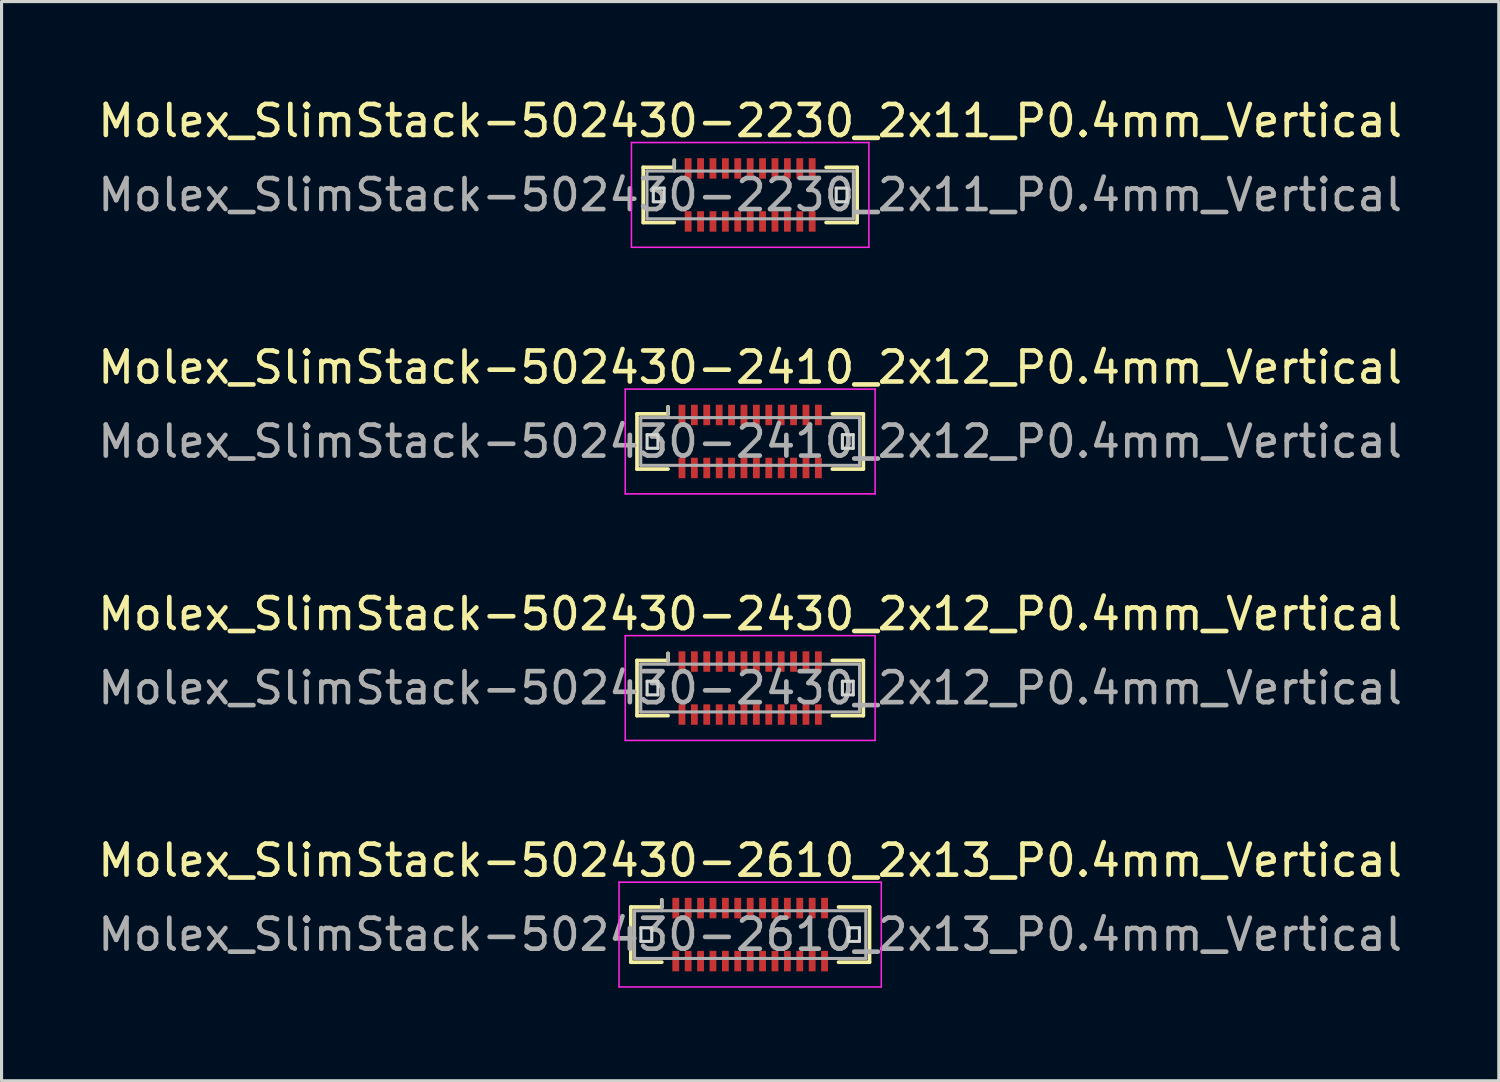
<source format=kicad_pcb>
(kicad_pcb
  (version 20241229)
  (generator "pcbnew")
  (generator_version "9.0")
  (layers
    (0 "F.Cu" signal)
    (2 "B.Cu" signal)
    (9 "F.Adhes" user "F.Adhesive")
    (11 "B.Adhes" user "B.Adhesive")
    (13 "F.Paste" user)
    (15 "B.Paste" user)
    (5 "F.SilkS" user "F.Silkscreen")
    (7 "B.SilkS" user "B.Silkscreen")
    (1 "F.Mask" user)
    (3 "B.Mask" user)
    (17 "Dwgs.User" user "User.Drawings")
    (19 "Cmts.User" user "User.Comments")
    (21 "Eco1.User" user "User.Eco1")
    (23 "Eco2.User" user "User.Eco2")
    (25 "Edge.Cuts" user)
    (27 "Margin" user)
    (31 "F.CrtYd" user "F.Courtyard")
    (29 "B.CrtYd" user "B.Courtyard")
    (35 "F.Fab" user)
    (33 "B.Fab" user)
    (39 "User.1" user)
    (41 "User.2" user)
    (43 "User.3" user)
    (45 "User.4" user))
  (footprint "Molex_SlimStack-502430-2410_2x12_P0.4mm_Vertical"
    (layer "F.Cu")
    (at 21.149 11.191)
    (property "Reference" "Molex_SlimStack-502430-2410_2x12_P0.4mm_Vertical" (at 0 -2.39 0) (layer "F.SilkS") (effects (font (size 1 1) (thickness 0.15))))
    (attr smd)
    (fp_line (start -3.65 -0.89) (end -2.65 -0.89) (stroke (width 0.12) (type solid)) (layer "F.SilkS"))
    (fp_line (start -3.65 0.89) (end -3.65 -0.89) (stroke (width 0.12) (type solid)) (layer "F.SilkS"))
    (fp_line (start -2.65 -0.89) (end -2.65 -1.12) (stroke (width 0.12) (type solid)) (layer "F.SilkS"))
    (fp_line (start -2.65 0.89) (end -3.65 0.89) (stroke (width 0.12) (type solid)) (layer "F.SilkS"))
    (fp_line (start 2.65 0.89) (end 3.65 0.89) (stroke (width 0.12) (type solid)) (layer "F.SilkS"))
    (fp_line (start 3.65 -0.89) (end 2.65 -0.89) (stroke (width 0.12) (type solid)) (layer "F.SilkS"))
    (fp_line (start 3.65 0.89) (end 3.65 -0.89) (stroke (width 0.12) (type solid)) (layer "F.SilkS"))
    (fp_line (start -3.325 -0.22) (end -3.325 0.22) (stroke (width 0.1) (type solid)) (layer "Edge.Cuts"))
    (fp_line (start -3.325 0.22) (end -2.975 0.22) (stroke (width 0.1) (type solid)) (layer "Edge.Cuts"))
    (fp_line (start -2.975 -0.22) (end -3.325 -0.22) (stroke (width 0.1) (type solid)) (layer "Edge.Cuts"))
    (fp_line (start -2.975 0.22) (end -2.975 -0.22) (stroke (width 0.1) (type solid)) (layer "Edge.Cuts"))
    (fp_line (start 2.975 -0.22) (end 2.975 0.22) (stroke (width 0.1) (type solid)) (layer "Edge.Cuts"))
    (fp_line (start 2.975 0.22) (end 3.325 0.22) (stroke (width 0.1) (type solid)) (layer "Edge.Cuts"))
    (fp_line (start 3.325 -0.22) (end 2.975 -0.22) (stroke (width 0.1) (type solid)) (layer "Edge.Cuts"))
    (fp_line (start 3.325 0.22) (end 3.325 -0.22) (stroke (width 0.1) (type solid)) (layer "Edge.Cuts"))
    (fp_line (start -4.03 -1.69) (end -4.03 1.69) (stroke (width 0.05) (type solid)) (layer "F.CrtYd"))
    (fp_line (start -4.03 1.69) (end 4.03 1.69) (stroke (width 0.05) (type solid)) (layer "F.CrtYd"))
    (fp_line (start 4.03 -1.69) (end -4.03 -1.69) (stroke (width 0.05) (type solid)) (layer "F.CrtYd"))
    (fp_line (start 4.03 1.69) (end 4.03 -1.69) (stroke (width 0.05) (type solid)) (layer "F.CrtYd"))
    (fp_line (start -3.53 -0.77) (end -3.53 0.77) (stroke (width 0.1) (type solid)) (layer "F.Fab"))
    (fp_line (start -3.53 0.77) (end 3.53 0.77) (stroke (width 0.1) (type solid)) (layer "F.Fab"))
    (fp_line (start -2.65 -0.77) (end -2.65 -1.12) (stroke (width 0.1) (type solid)) (layer "F.Fab"))
    (fp_line (start 3.53 -0.77) (end -3.53 -0.77) (stroke (width 0.1) (type solid)) (layer "F.Fab"))
    (fp_line (start 3.53 0.77) (end 3.53 -0.77) (stroke (width 0.1) (type solid)) (layer "F.Fab"))
    (fp_text user "${REFERENCE}" (at 0 0 0) (layer "F.Fab") (effects (font (size 1 1) (thickness 0.15))))
    (pad "1" smd rect (at -2.2 -0.855) (size 0.22 0.66) (layers "F.Cu" "F.Mask" "F.Paste"))
    (pad "2" smd rect (at -2.2 0.855) (size 0.22 0.66) (layers "F.Cu" "F.Mask" "F.Paste"))
    (pad "3" smd rect (at -1.8 -0.855) (size 0.22 0.66) (layers "F.Cu" "F.Mask" "F.Paste"))
    (pad "4" smd rect (at -1.8 0.855) (size 0.22 0.66) (layers "F.Cu" "F.Mask" "F.Paste"))
    (pad "5" smd rect (at -1.4 -0.855) (size 0.22 0.66) (layers "F.Cu" "F.Mask" "F.Paste"))
    (pad "6" smd rect (at -1.4 0.855) (size 0.22 0.66) (layers "F.Cu" "F.Mask" "F.Paste"))
    (pad "7" smd rect (at -1 -0.855) (size 0.22 0.66) (layers "F.Cu" "F.Mask" "F.Paste"))
    (pad "8" smd rect (at -1 0.855) (size 0.22 0.66) (layers "F.Cu" "F.Mask" "F.Paste"))
    (pad "9" smd rect (at -0.6 -0.855) (size 0.22 0.66) (layers "F.Cu" "F.Mask" "F.Paste"))
    (pad "10" smd rect (at -0.6 0.855) (size 0.22 0.66) (layers "F.Cu" "F.Mask" "F.Paste"))
    (pad "11" smd rect (at -0.2 -0.855) (size 0.22 0.66) (layers "F.Cu" "F.Mask" "F.Paste"))
    (pad "12" smd rect (at -0.2 0.855) (size 0.22 0.66) (layers "F.Cu" "F.Mask" "F.Paste"))
    (pad "13" smd rect (at 0.2 -0.855) (size 0.22 0.66) (layers "F.Cu" "F.Mask" "F.Paste"))
    (pad "14" smd rect (at 0.2 0.855) (size 0.22 0.66) (layers "F.Cu" "F.Mask" "F.Paste"))
    (pad "15" smd rect (at 0.6 -0.855) (size 0.22 0.66) (layers "F.Cu" "F.Mask" "F.Paste"))
    (pad "16" smd rect (at 0.6 0.855) (size 0.22 0.66) (layers "F.Cu" "F.Mask" "F.Paste"))
    (pad "17" smd rect (at 1 -0.855) (size 0.22 0.66) (layers "F.Cu" "F.Mask" "F.Paste"))
    (pad "18" smd rect (at 1 0.855) (size 0.22 0.66) (layers "F.Cu" "F.Mask" "F.Paste"))
    (pad "19" smd rect (at 1.4 -0.855) (size 0.22 0.66) (layers "F.Cu" "F.Mask" "F.Paste"))
    (pad "20" smd rect (at 1.4 0.855) (size 0.22 0.66) (layers "F.Cu" "F.Mask" "F.Paste"))
    (pad "21" smd rect (at 1.8 -0.855) (size 0.22 0.66) (layers "F.Cu" "F.Mask" "F.Paste"))
    (pad "22" smd rect (at 1.8 0.855) (size 0.22 0.66) (layers "F.Cu" "F.Mask" "F.Paste"))
    (pad "23" smd rect (at 2.2 -0.855) (size 0.22 0.66) (layers "F.Cu" "F.Mask" "F.Paste"))
    (pad "24" smd rect (at 2.2 0.855) (size 0.22 0.66) (layers "F.Cu" "F.Mask" "F.Paste")))
  (footprint "Molex_SlimStack-502430-2610_2x13_P0.4mm_Vertical"
    (layer "F.Cu")
    (at 21.149 27.098)
    (property "Reference" "Molex_SlimStack-502430-2610_2x13_P0.4mm_Vertical" (at 0 -2.39 0) (layer "F.SilkS") (effects (font (size 1 1) (thickness 0.15))))
    (attr smd)
    (fp_line (start -3.85 -0.89) (end -2.85 -0.89) (stroke (width 0.12) (type solid)) (layer "F.SilkS"))
    (fp_line (start -3.85 0.89) (end -3.85 -0.89) (stroke (width 0.12) (type solid)) (layer "F.SilkS"))
    (fp_line (start -2.85 -0.89) (end -2.85 -1.12) (stroke (width 0.12) (type solid)) (layer "F.SilkS"))
    (fp_line (start -2.85 0.89) (end -3.85 0.89) (stroke (width 0.12) (type solid)) (layer "F.SilkS"))
    (fp_line (start 2.85 0.89) (end 3.85 0.89) (stroke (width 0.12) (type solid)) (layer "F.SilkS"))
    (fp_line (start 3.85 -0.89) (end 2.85 -0.89) (stroke (width 0.12) (type solid)) (layer "F.SilkS"))
    (fp_line (start 3.85 0.89) (end 3.85 -0.89) (stroke (width 0.12) (type solid)) (layer "F.SilkS"))
    (fp_line (start -3.525 -0.22) (end -3.525 0.22) (stroke (width 0.1) (type solid)) (layer "Edge.Cuts"))
    (fp_line (start -3.525 0.22) (end -3.175 0.22) (stroke (width 0.1) (type solid)) (layer "Edge.Cuts"))
    (fp_line (start -3.175 -0.22) (end -3.525 -0.22) (stroke (width 0.1) (type solid)) (layer "Edge.Cuts"))
    (fp_line (start -3.175 0.22) (end -3.175 -0.22) (stroke (width 0.1) (type solid)) (layer "Edge.Cuts"))
    (fp_line (start 3.175 -0.22) (end 3.175 0.22) (stroke (width 0.1) (type solid)) (layer "Edge.Cuts"))
    (fp_line (start 3.175 0.22) (end 3.525 0.22) (stroke (width 0.1) (type solid)) (layer "Edge.Cuts"))
    (fp_line (start 3.525 -0.22) (end 3.175 -0.22) (stroke (width 0.1) (type solid)) (layer "Edge.Cuts"))
    (fp_line (start 3.525 0.22) (end 3.525 -0.22) (stroke (width 0.1) (type solid)) (layer "Edge.Cuts"))
    (fp_line (start -4.23 -1.69) (end -4.23 1.69) (stroke (width 0.05) (type solid)) (layer "F.CrtYd"))
    (fp_line (start -4.23 1.69) (end 4.23 1.69) (stroke (width 0.05) (type solid)) (layer "F.CrtYd"))
    (fp_line (start 4.23 -1.69) (end -4.23 -1.69) (stroke (width 0.05) (type solid)) (layer "F.CrtYd"))
    (fp_line (start 4.23 1.69) (end 4.23 -1.69) (stroke (width 0.05) (type solid)) (layer "F.CrtYd"))
    (fp_line (start -3.73 -0.77) (end -3.73 0.77) (stroke (width 0.1) (type solid)) (layer "F.Fab"))
    (fp_line (start -3.73 0.77) (end 3.73 0.77) (stroke (width 0.1) (type solid)) (layer "F.Fab"))
    (fp_line (start -2.85 -0.77) (end -2.85 -1.12) (stroke (width 0.1) (type solid)) (layer "F.Fab"))
    (fp_line (start 3.73 -0.77) (end -3.73 -0.77) (stroke (width 0.1) (type solid)) (layer "F.Fab"))
    (fp_line (start 3.73 0.77) (end 3.73 -0.77) (stroke (width 0.1) (type solid)) (layer "F.Fab"))
    (fp_text user "${REFERENCE}" (at 0 0 0) (layer "F.Fab") (effects (font (size 1 1) (thickness 0.15))))
    (pad "1" smd rect (at -2.4 -0.855) (size 0.22 0.66) (layers "F.Cu" "F.Mask" "F.Paste"))
    (pad "2" smd rect (at -2.4 0.855) (size 0.22 0.66) (layers "F.Cu" "F.Mask" "F.Paste"))
    (pad "3" smd rect (at -2 -0.855) (size 0.22 0.66) (layers "F.Cu" "F.Mask" "F.Paste"))
    (pad "4" smd rect (at -2 0.855) (size 0.22 0.66) (layers "F.Cu" "F.Mask" "F.Paste"))
    (pad "5" smd rect (at -1.6 -0.855) (size 0.22 0.66) (layers "F.Cu" "F.Mask" "F.Paste"))
    (pad "6" smd rect (at -1.6 0.855) (size 0.22 0.66) (layers "F.Cu" "F.Mask" "F.Paste"))
    (pad "7" smd rect (at -1.2 -0.855) (size 0.22 0.66) (layers "F.Cu" "F.Mask" "F.Paste"))
    (pad "8" smd rect (at -1.2 0.855) (size 0.22 0.66) (layers "F.Cu" "F.Mask" "F.Paste"))
    (pad "9" smd rect (at -0.8 -0.855) (size 0.22 0.66) (layers "F.Cu" "F.Mask" "F.Paste"))
    (pad "10" smd rect (at -0.8 0.855) (size 0.22 0.66) (layers "F.Cu" "F.Mask" "F.Paste"))
    (pad "11" smd rect (at -0.4 -0.855) (size 0.22 0.66) (layers "F.Cu" "F.Mask" "F.Paste"))
    (pad "12" smd rect (at -0.4 0.855) (size 0.22 0.66) (layers "F.Cu" "F.Mask" "F.Paste"))
    (pad "13" smd rect (at 0 -0.855) (size 0.22 0.66) (layers "F.Cu" "F.Mask" "F.Paste"))
    (pad "14" smd rect (at 0 0.855) (size 0.22 0.66) (layers "F.Cu" "F.Mask" "F.Paste"))
    (pad "15" smd rect (at 0.4 -0.855) (size 0.22 0.66) (layers "F.Cu" "F.Mask" "F.Paste"))
    (pad "16" smd rect (at 0.4 0.855) (size 0.22 0.66) (layers "F.Cu" "F.Mask" "F.Paste"))
    (pad "17" smd rect (at 0.8 -0.855) (size 0.22 0.66) (layers "F.Cu" "F.Mask" "F.Paste"))
    (pad "18" smd rect (at 0.8 0.855) (size 0.22 0.66) (layers "F.Cu" "F.Mask" "F.Paste"))
    (pad "19" smd rect (at 1.2 -0.855) (size 0.22 0.66) (layers "F.Cu" "F.Mask" "F.Paste"))
    (pad "20" smd rect (at 1.2 0.855) (size 0.22 0.66) (layers "F.Cu" "F.Mask" "F.Paste"))
    (pad "21" smd rect (at 1.6 -0.855) (size 0.22 0.66) (layers "F.Cu" "F.Mask" "F.Paste"))
    (pad "22" smd rect (at 1.6 0.855) (size 0.22 0.66) (layers "F.Cu" "F.Mask" "F.Paste"))
    (pad "23" smd rect (at 2 -0.855) (size 0.22 0.66) (layers "F.Cu" "F.Mask" "F.Paste"))
    (pad "24" smd rect (at 2 0.855) (size 0.22 0.66) (layers "F.Cu" "F.Mask" "F.Paste"))
    (pad "25" smd rect (at 2.4 -0.855) (size 0.22 0.66) (layers "F.Cu" "F.Mask" "F.Paste"))
    (pad "26" smd rect (at 2.4 0.855) (size 0.22 0.66) (layers "F.Cu" "F.Mask" "F.Paste")))
  (footprint "Molex_SlimStack-502430-2230_2x11_P0.4mm_Vertical"
    (layer "F.Cu")
    (at 21.149 3.238)
    (property "Reference" "Molex_SlimStack-502430-2230_2x11_P0.4mm_Vertical" (at 0 -2.39 0) (layer "F.SilkS") (effects (font (size 1 1) (thickness 0.15))))
    (attr smd)
    (fp_line (start -3.45 -0.89) (end -2.45 -0.89) (stroke (width 0.12) (type solid)) (layer "F.SilkS"))
    (fp_line (start -3.45 0.89) (end -3.45 -0.89) (stroke (width 0.12) (type solid)) (layer "F.SilkS"))
    (fp_line (start -2.45 -0.89) (end -2.45 -1.12) (stroke (width 0.12) (type solid)) (layer "F.SilkS"))
    (fp_line (start -2.45 0.89) (end -3.45 0.89) (stroke (width 0.12) (type solid)) (layer "F.SilkS"))
    (fp_line (start 2.45 0.89) (end 3.45 0.89) (stroke (width 0.12) (type solid)) (layer "F.SilkS"))
    (fp_line (start 3.45 -0.89) (end 2.45 -0.89) (stroke (width 0.12) (type solid)) (layer "F.SilkS"))
    (fp_line (start 3.45 0.89) (end 3.45 -0.89) (stroke (width 0.12) (type solid)) (layer "F.SilkS"))
    (fp_line (start -3.125 -0.22) (end -3.125 0.22) (stroke (width 0.1) (type solid)) (layer "Edge.Cuts"))
    (fp_line (start -3.125 0.22) (end -2.775 0.22) (stroke (width 0.1) (type solid)) (layer "Edge.Cuts"))
    (fp_line (start -2.775 -0.22) (end -3.125 -0.22) (stroke (width 0.1) (type solid)) (layer "Edge.Cuts"))
    (fp_line (start -2.775 0.22) (end -2.775 -0.22) (stroke (width 0.1) (type solid)) (layer "Edge.Cuts"))
    (fp_line (start 2.775 -0.22) (end 2.775 0.22) (stroke (width 0.1) (type solid)) (layer "Edge.Cuts"))
    (fp_line (start 2.775 0.22) (end 3.125 0.22) (stroke (width 0.1) (type solid)) (layer "Edge.Cuts"))
    (fp_line (start 3.125 -0.22) (end 2.775 -0.22) (stroke (width 0.1) (type solid)) (layer "Edge.Cuts"))
    (fp_line (start 3.125 0.22) (end 3.125 -0.22) (stroke (width 0.1) (type solid)) (layer "Edge.Cuts"))
    (fp_line (start -3.83 -1.69) (end -3.83 1.69) (stroke (width 0.05) (type solid)) (layer "F.CrtYd"))
    (fp_line (start -3.83 1.69) (end 3.83 1.69) (stroke (width 0.05) (type solid)) (layer "F.CrtYd"))
    (fp_line (start 3.83 -1.69) (end -3.83 -1.69) (stroke (width 0.05) (type solid)) (layer "F.CrtYd"))
    (fp_line (start 3.83 1.69) (end 3.83 -1.69) (stroke (width 0.05) (type solid)) (layer "F.CrtYd"))
    (fp_line (start -3.33 -0.77) (end -3.33 0.77) (stroke (width 0.1) (type solid)) (layer "F.Fab"))
    (fp_line (start -3.33 0.77) (end 3.33 0.77) (stroke (width 0.1) (type solid)) (layer "F.Fab"))
    (fp_line (start -2.45 -0.77) (end -2.45 -1.12) (stroke (width 0.1) (type solid)) (layer "F.Fab"))
    (fp_line (start 3.33 -0.77) (end -3.33 -0.77) (stroke (width 0.1) (type solid)) (layer "F.Fab"))
    (fp_line (start 3.33 0.77) (end 3.33 -0.77) (stroke (width 0.1) (type solid)) (layer "F.Fab"))
    (fp_text user "${REFERENCE}" (at 0 0 0) (layer "F.Fab") (effects (font (size 1 1) (thickness 0.15))))
    (pad "1" smd rect (at -2 -0.855) (size 0.22 0.66) (layers "F.Cu" "F.Mask" "F.Paste"))
    (pad "2" smd rect (at -2 0.855) (size 0.22 0.66) (layers "F.Cu" "F.Mask" "F.Paste"))
    (pad "3" smd rect (at -1.6 -0.855) (size 0.22 0.66) (layers "F.Cu" "F.Mask" "F.Paste"))
    (pad "4" smd rect (at -1.6 0.855) (size 0.22 0.66) (layers "F.Cu" "F.Mask" "F.Paste"))
    (pad "5" smd rect (at -1.2 -0.855) (size 0.22 0.66) (layers "F.Cu" "F.Mask" "F.Paste"))
    (pad "6" smd rect (at -1.2 0.855) (size 0.22 0.66) (layers "F.Cu" "F.Mask" "F.Paste"))
    (pad "7" smd rect (at -0.8 -0.855) (size 0.22 0.66) (layers "F.Cu" "F.Mask" "F.Paste"))
    (pad "8" smd rect (at -0.8 0.855) (size 0.22 0.66) (layers "F.Cu" "F.Mask" "F.Paste"))
    (pad "9" smd rect (at -0.4 -0.855) (size 0.22 0.66) (layers "F.Cu" "F.Mask" "F.Paste"))
    (pad "10" smd rect (at -0.4 0.855) (size 0.22 0.66) (layers "F.Cu" "F.Mask" "F.Paste"))
    (pad "11" smd rect (at 0 -0.855) (size 0.22 0.66) (layers "F.Cu" "F.Mask" "F.Paste"))
    (pad "12" smd rect (at 0 0.855) (size 0.22 0.66) (layers "F.Cu" "F.Mask" "F.Paste"))
    (pad "13" smd rect (at 0.4 -0.855) (size 0.22 0.66) (layers "F.Cu" "F.Mask" "F.Paste"))
    (pad "14" smd rect (at 0.4 0.855) (size 0.22 0.66) (layers "F.Cu" "F.Mask" "F.Paste"))
    (pad "15" smd rect (at 0.8 -0.855) (size 0.22 0.66) (layers "F.Cu" "F.Mask" "F.Paste"))
    (pad "16" smd rect (at 0.8 0.855) (size 0.22 0.66) (layers "F.Cu" "F.Mask" "F.Paste"))
    (pad "17" smd rect (at 1.2 -0.855) (size 0.22 0.66) (layers "F.Cu" "F.Mask" "F.Paste"))
    (pad "18" smd rect (at 1.2 0.855) (size 0.22 0.66) (layers "F.Cu" "F.Mask" "F.Paste"))
    (pad "19" smd rect (at 1.6 -0.855) (size 0.22 0.66) (layers "F.Cu" "F.Mask" "F.Paste"))
    (pad "20" smd rect (at 1.6 0.855) (size 0.22 0.66) (layers "F.Cu" "F.Mask" "F.Paste"))
    (pad "21" smd rect (at 2 -0.855) (size 0.22 0.66) (layers "F.Cu" "F.Mask" "F.Paste"))
    (pad "22" smd rect (at 2 0.855) (size 0.22 0.66) (layers "F.Cu" "F.Mask" "F.Paste")))
  (footprint "Molex_SlimStack-502430-2430_2x12_P0.4mm_Vertical"
    (layer "F.Cu")
    (at 21.149 19.145)
    (property "Reference" "Molex_SlimStack-502430-2430_2x12_P0.4mm_Vertical" (at 0 -2.39 0) (layer "F.SilkS") (effects (font (size 1 1) (thickness 0.15))))
    (attr smd)
    (fp_line (start -3.65 -0.89) (end -2.65 -0.89) (stroke (width 0.12) (type solid)) (layer "F.SilkS"))
    (fp_line (start -3.65 0.89) (end -3.65 -0.89) (stroke (width 0.12) (type solid)) (layer "F.SilkS"))
    (fp_line (start -2.65 -0.89) (end -2.65 -1.12) (stroke (width 0.12) (type solid)) (layer "F.SilkS"))
    (fp_line (start -2.65 0.89) (end -3.65 0.89) (stroke (width 0.12) (type solid)) (layer "F.SilkS"))
    (fp_line (start 2.65 0.89) (end 3.65 0.89) (stroke (width 0.12) (type solid)) (layer "F.SilkS"))
    (fp_line (start 3.65 -0.89) (end 2.65 -0.89) (stroke (width 0.12) (type solid)) (layer "F.SilkS"))
    (fp_line (start 3.65 0.89) (end 3.65 -0.89) (stroke (width 0.12) (type solid)) (layer "F.SilkS"))
    (fp_line (start -3.325 -0.22) (end -3.325 0.22) (stroke (width 0.1) (type solid)) (layer "Edge.Cuts"))
    (fp_line (start -3.325 0.22) (end -2.975 0.22) (stroke (width 0.1) (type solid)) (layer "Edge.Cuts"))
    (fp_line (start -2.975 -0.22) (end -3.325 -0.22) (stroke (width 0.1) (type solid)) (layer "Edge.Cuts"))
    (fp_line (start -2.975 0.22) (end -2.975 -0.22) (stroke (width 0.1) (type solid)) (layer "Edge.Cuts"))
    (fp_line (start 2.975 -0.22) (end 2.975 0.22) (stroke (width 0.1) (type solid)) (layer "Edge.Cuts"))
    (fp_line (start 2.975 0.22) (end 3.325 0.22) (stroke (width 0.1) (type solid)) (layer "Edge.Cuts"))
    (fp_line (start 3.325 -0.22) (end 2.975 -0.22) (stroke (width 0.1) (type solid)) (layer "Edge.Cuts"))
    (fp_line (start 3.325 0.22) (end 3.325 -0.22) (stroke (width 0.1) (type solid)) (layer "Edge.Cuts"))
    (fp_line (start -4.03 -1.69) (end -4.03 1.69) (stroke (width 0.05) (type solid)) (layer "F.CrtYd"))
    (fp_line (start -4.03 1.69) (end 4.03 1.69) (stroke (width 0.05) (type solid)) (layer "F.CrtYd"))
    (fp_line (start 4.03 -1.69) (end -4.03 -1.69) (stroke (width 0.05) (type solid)) (layer "F.CrtYd"))
    (fp_line (start 4.03 1.69) (end 4.03 -1.69) (stroke (width 0.05) (type solid)) (layer "F.CrtYd"))
    (fp_line (start -3.53 -0.77) (end -3.53 0.77) (stroke (width 0.1) (type solid)) (layer "F.Fab"))
    (fp_line (start -3.53 0.77) (end 3.53 0.77) (stroke (width 0.1) (type solid)) (layer "F.Fab"))
    (fp_line (start -2.65 -0.77) (end -2.65 -1.12) (stroke (width 0.1) (type solid)) (layer "F.Fab"))
    (fp_line (start 3.53 -0.77) (end -3.53 -0.77) (stroke (width 0.1) (type solid)) (layer "F.Fab"))
    (fp_line (start 3.53 0.77) (end 3.53 -0.77) (stroke (width 0.1) (type solid)) (layer "F.Fab"))
    (fp_text user "${REFERENCE}" (at 0 0 0) (layer "F.Fab") (effects (font (size 1 1) (thickness 0.15))))
    (pad "1" smd rect (at -2.2 -0.855) (size 0.22 0.66) (layers "F.Cu" "F.Mask" "F.Paste"))
    (pad "2" smd rect (at -2.2 0.855) (size 0.22 0.66) (layers "F.Cu" "F.Mask" "F.Paste"))
    (pad "3" smd rect (at -1.8 -0.855) (size 0.22 0.66) (layers "F.Cu" "F.Mask" "F.Paste"))
    (pad "4" smd rect (at -1.8 0.855) (size 0.22 0.66) (layers "F.Cu" "F.Mask" "F.Paste"))
    (pad "5" smd rect (at -1.4 -0.855) (size 0.22 0.66) (layers "F.Cu" "F.Mask" "F.Paste"))
    (pad "6" smd rect (at -1.4 0.855) (size 0.22 0.66) (layers "F.Cu" "F.Mask" "F.Paste"))
    (pad "7" smd rect (at -1 -0.855) (size 0.22 0.66) (layers "F.Cu" "F.Mask" "F.Paste"))
    (pad "8" smd rect (at -1 0.855) (size 0.22 0.66) (layers "F.Cu" "F.Mask" "F.Paste"))
    (pad "9" smd rect (at -0.6 -0.855) (size 0.22 0.66) (layers "F.Cu" "F.Mask" "F.Paste"))
    (pad "10" smd rect (at -0.6 0.855) (size 0.22 0.66) (layers "F.Cu" "F.Mask" "F.Paste"))
    (pad "11" smd rect (at -0.2 -0.855) (size 0.22 0.66) (layers "F.Cu" "F.Mask" "F.Paste"))
    (pad "12" smd rect (at -0.2 0.855) (size 0.22 0.66) (layers "F.Cu" "F.Mask" "F.Paste"))
    (pad "13" smd rect (at 0.2 -0.855) (size 0.22 0.66) (layers "F.Cu" "F.Mask" "F.Paste"))
    (pad "14" smd rect (at 0.2 0.855) (size 0.22 0.66) (layers "F.Cu" "F.Mask" "F.Paste"))
    (pad "15" smd rect (at 0.6 -0.855) (size 0.22 0.66) (layers "F.Cu" "F.Mask" "F.Paste"))
    (pad "16" smd rect (at 0.6 0.855) (size 0.22 0.66) (layers "F.Cu" "F.Mask" "F.Paste"))
    (pad "17" smd rect (at 1 -0.855) (size 0.22 0.66) (layers "F.Cu" "F.Mask" "F.Paste"))
    (pad "18" smd rect (at 1 0.855) (size 0.22 0.66) (layers "F.Cu" "F.Mask" "F.Paste"))
    (pad "19" smd rect (at 1.4 -0.855) (size 0.22 0.66) (layers "F.Cu" "F.Mask" "F.Paste"))
    (pad "20" smd rect (at 1.4 0.855) (size 0.22 0.66) (layers "F.Cu" "F.Mask" "F.Paste"))
    (pad "21" smd rect (at 1.8 -0.855) (size 0.22 0.66) (layers "F.Cu" "F.Mask" "F.Paste"))
    (pad "22" smd rect (at 1.8 0.855) (size 0.22 0.66) (layers "F.Cu" "F.Mask" "F.Paste"))
    (pad "23" smd rect (at 2.2 -0.855) (size 0.22 0.66) (layers "F.Cu" "F.Mask" "F.Paste"))
    (pad "24" smd rect (at 2.2 0.855) (size 0.22 0.66) (layers "F.Cu" "F.Mask" "F.Paste")))
  (gr_rect
    (start -3 -3)
    (end 45.298 31.813)
    (stroke (width 0.1) (type default))
    (fill no)
    (layer "Edge.Cuts")))
</source>
